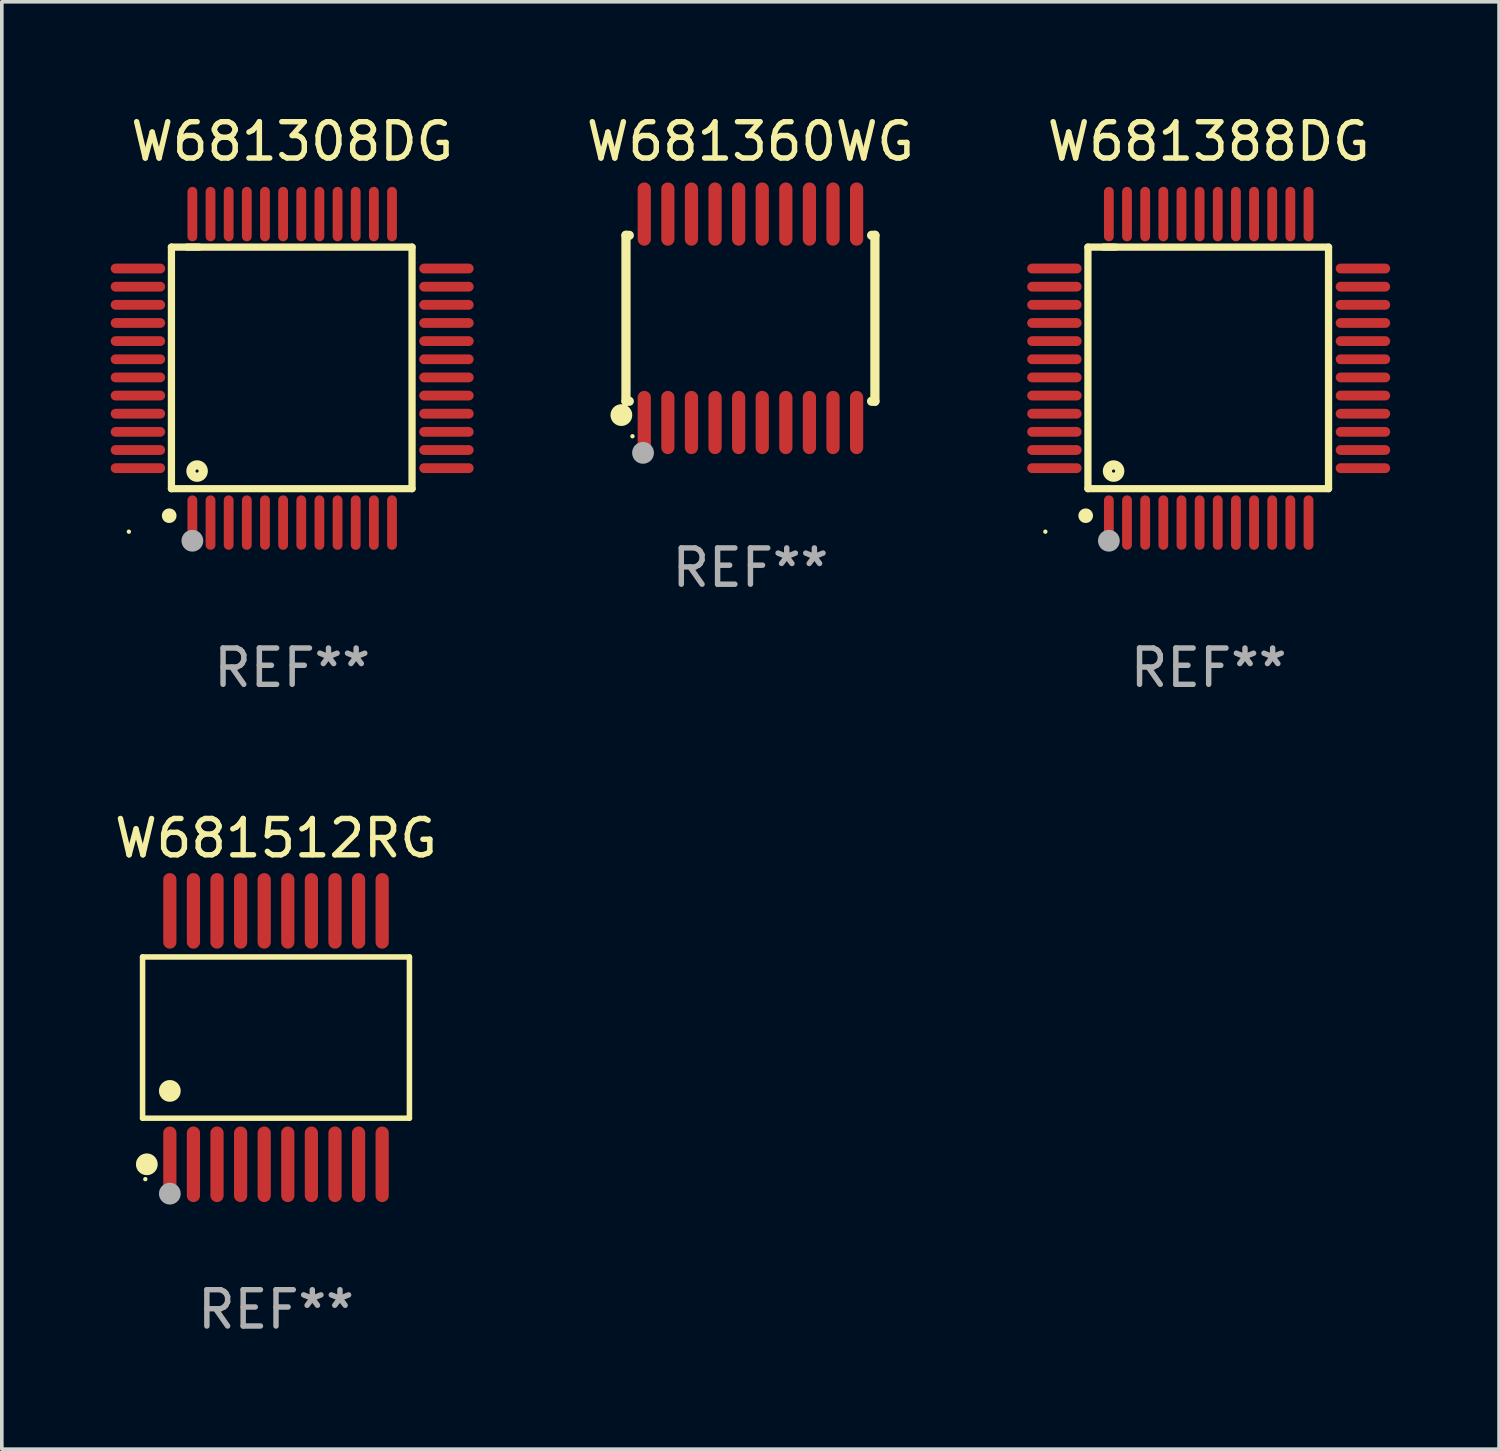
<source format=kicad_pcb>
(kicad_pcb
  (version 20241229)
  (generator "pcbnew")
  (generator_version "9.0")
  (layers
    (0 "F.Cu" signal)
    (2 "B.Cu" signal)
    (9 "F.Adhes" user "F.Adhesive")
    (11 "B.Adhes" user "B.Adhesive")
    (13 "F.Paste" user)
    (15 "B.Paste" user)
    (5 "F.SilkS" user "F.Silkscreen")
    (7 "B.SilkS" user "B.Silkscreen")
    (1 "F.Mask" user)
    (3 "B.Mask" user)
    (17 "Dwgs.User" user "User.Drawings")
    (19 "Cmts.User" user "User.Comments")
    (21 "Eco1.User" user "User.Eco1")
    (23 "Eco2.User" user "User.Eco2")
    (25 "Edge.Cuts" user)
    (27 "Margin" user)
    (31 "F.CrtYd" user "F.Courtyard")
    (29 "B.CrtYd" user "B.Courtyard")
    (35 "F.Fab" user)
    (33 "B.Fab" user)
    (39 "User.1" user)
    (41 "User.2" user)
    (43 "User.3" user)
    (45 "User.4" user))
  (footprint "W681308DG"
    (layer "F.Cu")
    (at 5 7.098)
    (property "Reference" "W681308DG" (at 0 -6.25 0) (layer "F.SilkS") (effects (font (size 1 1) (thickness 0.15))))
    (attr through_hole)
    (fp_line (start -3.327 -3.34) (end -2.565 -3.34) (stroke (width 0.2) (type solid)) (layer "F.SilkS"))
    (fp_line (start -3.327 3.315) (end -3.327 -3.34) (stroke (width 0.2) (type solid)) (layer "F.SilkS"))
    (fp_line (start -2.896 -3.34) (end 3.302 -3.34) (stroke (width 0.2) (type solid)) (layer "F.SilkS"))
    (fp_line (start 3.302 -3.34) (end 3.302 3.315) (stroke (width 0.2) (type solid)) (layer "F.SilkS"))
    (fp_line (start 3.302 3.315) (end -3.327 3.315) (stroke (width 0.2) (type solid)) (layer "F.SilkS"))
    (fp_arc (start -3.389992 4.059995) (mid -3.388722 4.059991) (end -3.387452 4.059995) (stroke (width 0.4) (type solid)) (layer "F.SilkS"))
    (fp_circle (center -4.5 4.5) (end -4.47 4.5) (stroke (width 0.06) (type solid)) (fill no) (layer "F.SilkS"))
    (fp_circle (center -2.62 2.83) (end -2.45 2.83) (stroke (width 0.254) (type solid)) (fill no) (layer "F.SilkS"))
    (fp_circle (center -2.75 4.75) (end -2.6 4.75) (stroke (width 0.3) (type solid)) (fill no) (layer "F.Fab"))
    (fp_text user "REF**" (at 0 8.25 0) (layer "F.Fab") (effects (font (size 1 1) (thickness 0.15))))
    (pad "1" smd oval (at -2.75 4.25) (size 0.27 1.5) (layers "F.Cu" "F.Mask" "F.Paste"))
    (pad "2" smd oval (at -2.25 4.25) (size 0.27 1.5) (layers "F.Cu" "F.Mask" "F.Paste"))
    (pad "3" smd oval (at -1.75 4.25) (size 0.27 1.5) (layers "F.Cu" "F.Mask" "F.Paste"))
    (pad "4" smd oval (at -1.25 4.25) (size 0.27 1.5) (layers "F.Cu" "F.Mask" "F.Paste"))
    (pad "5" smd oval (at -0.75 4.25) (size 0.27 1.5) (layers "F.Cu" "F.Mask" "F.Paste"))
    (pad "6" smd oval (at -0.25 4.25) (size 0.27 1.5) (layers "F.Cu" "F.Mask" "F.Paste"))
    (pad "7" smd oval (at 0.25 4.25) (size 0.27 1.5) (layers "F.Cu" "F.Mask" "F.Paste"))
    (pad "8" smd oval (at 0.75 4.25) (size 0.27 1.5) (layers "F.Cu" "F.Mask" "F.Paste"))
    (pad "9" smd oval (at 1.25 4.25) (size 0.27 1.5) (layers "F.Cu" "F.Mask" "F.Paste"))
    (pad "10" smd oval (at 1.75 4.25) (size 0.27 1.5) (layers "F.Cu" "F.Mask" "F.Paste"))
    (pad "11" smd oval (at 2.25 4.25) (size 0.27 1.5) (layers "F.Cu" "F.Mask" "F.Paste"))
    (pad "12" smd oval (at 2.75 4.25) (size 0.27 1.5) (layers "F.Cu" "F.Mask" "F.Paste"))
    (pad "13" smd oval (at 4.25 2.75) (size 1.5 0.27) (layers "F.Cu" "F.Mask" "F.Paste"))
    (pad "14" smd oval (at 4.25 2.25) (size 1.5 0.27) (layers "F.Cu" "F.Mask" "F.Paste"))
    (pad "15" smd oval (at 4.25 1.75) (size 1.5 0.27) (layers "F.Cu" "F.Mask" "F.Paste"))
    (pad "16" smd oval (at 4.25 1.25) (size 1.5 0.27) (layers "F.Cu" "F.Mask" "F.Paste"))
    (pad "17" smd oval (at 4.25 0.75) (size 1.5 0.27) (layers "F.Cu" "F.Mask" "F.Paste"))
    (pad "18" smd oval (at 4.25 0.25) (size 1.5 0.27) (layers "F.Cu" "F.Mask" "F.Paste"))
    (pad "19" smd oval (at 4.25 -0.25) (size 1.5 0.27) (layers "F.Cu" "F.Mask" "F.Paste"))
    (pad "20" smd oval (at 4.25 -0.75) (size 1.5 0.27) (layers "F.Cu" "F.Mask" "F.Paste"))
    (pad "21" smd oval (at 4.25 -1.25) (size 1.5 0.27) (layers "F.Cu" "F.Mask" "F.Paste"))
    (pad "22" smd oval (at 4.25 -1.75) (size 1.5 0.27) (layers "F.Cu" "F.Mask" "F.Paste"))
    (pad "23" smd oval (at 4.25 -2.25) (size 1.5 0.27) (layers "F.Cu" "F.Mask" "F.Paste"))
    (pad "24" smd oval (at 4.25 -2.75) (size 1.5 0.27) (layers "F.Cu" "F.Mask" "F.Paste"))
    (pad "25" smd oval (at 2.75 -4.25) (size 0.27 1.5) (layers "F.Cu" "F.Mask" "F.Paste"))
    (pad "26" smd oval (at 2.25 -4.25) (size 0.27 1.5) (layers "F.Cu" "F.Mask" "F.Paste"))
    (pad "27" smd oval (at 1.75 -4.25) (size 0.27 1.5) (layers "F.Cu" "F.Mask" "F.Paste"))
    (pad "28" smd oval (at 1.25 -4.25) (size 0.27 1.5) (layers "F.Cu" "F.Mask" "F.Paste"))
    (pad "29" smd oval (at 0.75 -4.25) (size 0.27 1.5) (layers "F.Cu" "F.Mask" "F.Paste"))
    (pad "30" smd oval (at 0.25 -4.25) (size 0.27 1.5) (layers "F.Cu" "F.Mask" "F.Paste"))
    (pad "31" smd oval (at -0.25 -4.25) (size 0.27 1.5) (layers "F.Cu" "F.Mask" "F.Paste"))
    (pad "32" smd oval (at -0.75 -4.25) (size 0.27 1.5) (layers "F.Cu" "F.Mask" "F.Paste"))
    (pad "33" smd oval (at -1.25 -4.25) (size 0.27 1.5) (layers "F.Cu" "F.Mask" "F.Paste"))
    (pad "34" smd oval (at -1.75 -4.25) (size 0.27 1.5) (layers "F.Cu" "F.Mask" "F.Paste"))
    (pad "35" smd oval (at -2.25 -4.25) (size 0.27 1.5) (layers "F.Cu" "F.Mask" "F.Paste"))
    (pad "36" smd oval (at -2.75 -4.25) (size 0.27 1.5) (layers "F.Cu" "F.Mask" "F.Paste"))
    (pad "37" smd oval (at -4.25 -2.75) (size 1.5 0.27) (layers "F.Cu" "F.Mask" "F.Paste"))
    (pad "38" smd oval (at -4.25 -2.25) (size 1.5 0.27) (layers "F.Cu" "F.Mask" "F.Paste"))
    (pad "39" smd oval (at -4.25 -1.75) (size 1.5 0.27) (layers "F.Cu" "F.Mask" "F.Paste"))
    (pad "40" smd oval (at -4.25 -1.25) (size 1.5 0.27) (layers "F.Cu" "F.Mask" "F.Paste"))
    (pad "41" smd oval (at -4.25 -0.75) (size 1.5 0.27) (layers "F.Cu" "F.Mask" "F.Paste"))
    (pad "42" smd oval (at -4.25 -0.25) (size 1.5 0.27) (layers "F.Cu" "F.Mask" "F.Paste"))
    (pad "43" smd oval (at -4.25 0.25) (size 1.5 0.27) (layers "F.Cu" "F.Mask" "F.Paste"))
    (pad "44" smd oval (at -4.25 0.75) (size 1.5 0.27) (layers "F.Cu" "F.Mask" "F.Paste"))
    (pad "45" smd oval (at -4.25 1.25) (size 1.5 0.27) (layers "F.Cu" "F.Mask" "F.Paste"))
    (pad "46" smd oval (at -4.25 1.75) (size 1.5 0.27) (layers "F.Cu" "F.Mask" "F.Paste"))
    (pad "47" smd oval (at -4.25 2.25) (size 1.5 0.27) (layers "F.Cu" "F.Mask" "F.Paste"))
    (pad "48" smd oval (at -4.25 2.75) (size 1.5 0.27) (layers "F.Cu" "F.Mask" "F.Paste")))
  (footprint "W681360WG"
    (layer "F.Cu")
    (at 17.625 5.719)
    (property "Reference" "W681360WG" (at 0 -4.871 0) (layer "F.SilkS") (effects (font (size 1 1) (thickness 0.15))))
    (attr through_hole)
    (fp_line (start -3.429 -2.286) (end -3.429 2.286) (stroke (width 0.254) (type solid)) (layer "F.SilkS"))
    (fp_line (start -3.429 2.286) (end -3.338 2.286) (stroke (width 0.254) (type solid)) (layer "F.SilkS"))
    (fp_line (start -3.338 -2.286) (end -3.429 -2.286) (stroke (width 0.254) (type solid)) (layer "F.SilkS"))
    (fp_line (start 3.338 -2.286) (end 3.429 -2.286) (stroke (width 0.254) (type solid)) (layer "F.SilkS"))
    (fp_line (start 3.429 -2.286) (end 3.429 2.286) (stroke (width 0.254) (type solid)) (layer "F.SilkS"))
    (fp_line (start 3.429 2.286) (end 3.338 2.286) (stroke (width 0.254) (type solid)) (layer "F.SilkS"))
    (fp_circle (center -3.556 2.667) (end -3.406 2.667) (stroke (width 0.3) (type solid)) (fill no) (layer "F.SilkS"))
    (fp_circle (center -3.25 3.25) (end -3.22 3.25) (stroke (width 0.06) (type solid)) (fill no) (layer "F.SilkS"))
    (fp_circle (center -2.959 3.707) (end -2.808 3.707) (stroke (width 0.3) (type solid)) (fill no) (layer "F.Fab"))
    (fp_text user "REF**" (at 0 6.871 0) (layer "F.Fab") (effects (font (size 1 1) (thickness 0.15))))
    (pad "1" smd oval (at -2.925 2.871) (size 0.364 1.742) (layers "F.Cu" "F.Mask" "F.Paste"))
    (pad "2" smd oval (at -2.275 2.871) (size 0.364 1.742) (layers "F.Cu" "F.Mask" "F.Paste"))
    (pad "3" smd oval (at -1.625 2.871) (size 0.364 1.742) (layers "F.Cu" "F.Mask" "F.Paste"))
    (pad "4" smd oval (at -0.975 2.871) (size 0.364 1.742) (layers "F.Cu" "F.Mask" "F.Paste"))
    (pad "5" smd oval (at -0.325 2.871) (size 0.364 1.742) (layers "F.Cu" "F.Mask" "F.Paste"))
    (pad "6" smd oval (at 0.325 2.871) (size 0.364 1.742) (layers "F.Cu" "F.Mask" "F.Paste"))
    (pad "7" smd oval (at 0.975 2.871) (size 0.364 1.742) (layers "F.Cu" "F.Mask" "F.Paste"))
    (pad "8" smd oval (at 1.625 2.871) (size 0.364 1.742) (layers "F.Cu" "F.Mask" "F.Paste"))
    (pad "9" smd oval (at 2.275 2.871) (size 0.364 1.742) (layers "F.Cu" "F.Mask" "F.Paste"))
    (pad "10" smd oval (at 2.925 2.871) (size 0.364 1.742) (layers "F.Cu" "F.Mask" "F.Paste"))
    (pad "11" smd oval (at 2.925 -2.871) (size 0.364 1.742) (layers "F.Cu" "F.Mask" "F.Paste"))
    (pad "12" smd oval (at 2.275 -2.871) (size 0.364 1.742) (layers "F.Cu" "F.Mask" "F.Paste"))
    (pad "13" smd oval (at 1.625 -2.871) (size 0.364 1.742) (layers "F.Cu" "F.Mask" "F.Paste"))
    (pad "14" smd oval (at 0.975 -2.871) (size 0.364 1.742) (layers "F.Cu" "F.Mask" "F.Paste"))
    (pad "15" smd oval (at 0.325 -2.871) (size 0.364 1.742) (layers "F.Cu" "F.Mask" "F.Paste"))
    (pad "16" smd oval (at -0.325 -2.871) (size 0.364 1.742) (layers "F.Cu" "F.Mask" "F.Paste"))
    (pad "17" smd oval (at -0.975 -2.871) (size 0.364 1.742) (layers "F.Cu" "F.Mask" "F.Paste"))
    (pad "18" smd oval (at -1.625 -2.871) (size 0.364 1.742) (layers "F.Cu" "F.Mask" "F.Paste"))
    (pad "19" smd oval (at -2.275 -2.871) (size 0.364 1.742) (layers "F.Cu" "F.Mask" "F.Paste"))
    (pad "20" smd oval (at -2.925 -2.871) (size 0.364 1.742) (layers "F.Cu" "F.Mask" "F.Paste")))
  (footprint "W681512RG"
    (layer "F.Cu")
    (at 4.554 25.536)
    (property "Reference" "W681512RG" (at 0 -5.491 0) (layer "F.SilkS") (effects (font (size 1 1) (thickness 0.15))))
    (attr through_hole)
    (fp_line (start -3.676 -2.221) (end 3.676 -2.221) (stroke (width 0.152) (type solid)) (layer "F.SilkS"))
    (fp_line (start -3.676 2.221) (end -3.676 -2.221) (stroke (width 0.152) (type solid)) (layer "F.SilkS"))
    (fp_line (start 3.676 -2.221) (end 3.676 2.221) (stroke (width 0.152) (type solid)) (layer "F.SilkS"))
    (fp_line (start 3.676 2.221) (end -3.676 2.221) (stroke (width 0.152) (type solid)) (layer "F.SilkS"))
    (fp_circle (center -3.6 3.9) (end -3.57 3.9) (stroke (width 0.06) (type solid)) (fill no) (layer "F.SilkS"))
    (fp_circle (center -3.559 3.491) (end -3.409 3.491) (stroke (width 0.3) (type solid)) (fill no) (layer "F.SilkS"))
    (fp_circle (center -2.925 1.469) (end -2.775 1.469) (stroke (width 0.3) (type solid)) (fill no) (layer "F.SilkS"))
    (fp_circle (center -2.925 4.3) (end -2.775 4.3) (stroke (width 0.3) (type solid)) (fill no) (layer "F.Fab"))
    (fp_text user "REF**" (at 0 7.491 0) (layer "F.Fab") (effects (font (size 1 1) (thickness 0.15))))
    (pad "1" smd oval (at -2.925 3.491) (size 0.364 2.082) (layers "F.Cu" "F.Mask" "F.Paste"))
    (pad "2" smd oval (at -2.275 3.491) (size 0.364 2.082) (layers "F.Cu" "F.Mask" "F.Paste"))
    (pad "3" smd oval (at -1.625 3.491) (size 0.364 2.082) (layers "F.Cu" "F.Mask" "F.Paste"))
    (pad "4" smd oval (at -0.975 3.491) (size 0.364 2.082) (layers "F.Cu" "F.Mask" "F.Paste"))
    (pad "5" smd oval (at -0.325 3.491) (size 0.364 2.082) (layers "F.Cu" "F.Mask" "F.Paste"))
    (pad "6" smd oval (at 0.325 3.491) (size 0.364 2.082) (layers "F.Cu" "F.Mask" "F.Paste"))
    (pad "7" smd oval (at 0.975 3.491) (size 0.364 2.082) (layers "F.Cu" "F.Mask" "F.Paste"))
    (pad "8" smd oval (at 1.625 3.491) (size 0.364 2.082) (layers "F.Cu" "F.Mask" "F.Paste"))
    (pad "9" smd oval (at 2.275 3.491) (size 0.364 2.082) (layers "F.Cu" "F.Mask" "F.Paste"))
    (pad "10" smd oval (at 2.925 3.491) (size 0.364 2.082) (layers "F.Cu" "F.Mask" "F.Paste"))
    (pad "11" smd oval (at 2.925 -3.491) (size 0.364 2.082) (layers "F.Cu" "F.Mask" "F.Paste"))
    (pad "12" smd oval (at 2.275 -3.491) (size 0.364 2.082) (layers "F.Cu" "F.Mask" "F.Paste"))
    (pad "13" smd oval (at 1.625 -3.491) (size 0.364 2.082) (layers "F.Cu" "F.Mask" "F.Paste"))
    (pad "14" smd oval (at 0.975 -3.491) (size 0.364 2.082) (layers "F.Cu" "F.Mask" "F.Paste"))
    (pad "15" smd oval (at 0.325 -3.491) (size 0.364 2.082) (layers "F.Cu" "F.Mask" "F.Paste"))
    (pad "16" smd oval (at -0.325 -3.491) (size 0.364 2.082) (layers "F.Cu" "F.Mask" "F.Paste"))
    (pad "17" smd oval (at -0.975 -3.491) (size 0.364 2.082) (layers "F.Cu" "F.Mask" "F.Paste"))
    (pad "18" smd oval (at -1.625 -3.491) (size 0.364 2.082) (layers "F.Cu" "F.Mask" "F.Paste"))
    (pad "19" smd oval (at -2.275 -3.491) (size 0.364 2.082) (layers "F.Cu" "F.Mask" "F.Paste"))
    (pad "20" smd oval (at -2.925 -3.491) (size 0.364 2.082) (layers "F.Cu" "F.Mask" "F.Paste")))
  (footprint "W681388DG"
    (layer "F.Cu")
    (at 30.25 7.098)
    (property "Reference" "W681388DG" (at 0 -6.25 0) (layer "F.SilkS") (effects (font (size 1 1) (thickness 0.15))))
    (attr through_hole)
    (fp_line (start -3.327 -3.34) (end -2.565 -3.34) (stroke (width 0.2) (type solid)) (layer "F.SilkS"))
    (fp_line (start -3.327 3.315) (end -3.327 -3.34) (stroke (width 0.2) (type solid)) (layer "F.SilkS"))
    (fp_line (start -2.896 -3.34) (end 3.302 -3.34) (stroke (width 0.2) (type solid)) (layer "F.SilkS"))
    (fp_line (start 3.302 -3.34) (end 3.302 3.315) (stroke (width 0.2) (type solid)) (layer "F.SilkS"))
    (fp_line (start 3.302 3.315) (end -3.327 3.315) (stroke (width 0.2) (type solid)) (layer "F.SilkS"))
    (fp_arc (start -3.389992 4.059995) (mid -3.388722 4.059991) (end -3.387452 4.059995) (stroke (width 0.4) (type solid)) (layer "F.SilkS"))
    (fp_circle (center -4.5 4.5) (end -4.47 4.5) (stroke (width 0.06) (type solid)) (fill no) (layer "F.SilkS"))
    (fp_circle (center -2.62 2.83) (end -2.45 2.83) (stroke (width 0.254) (type solid)) (fill no) (layer "F.SilkS"))
    (fp_circle (center -2.75 4.75) (end -2.6 4.75) (stroke (width 0.3) (type solid)) (fill no) (layer "F.Fab"))
    (fp_text user "REF**" (at 0 8.25 0) (layer "F.Fab") (effects (font (size 1 1) (thickness 0.15))))
    (pad "1" smd oval (at -2.75 4.25) (size 0.27 1.5) (layers "F.Cu" "F.Mask" "F.Paste"))
    (pad "2" smd oval (at -2.25 4.25) (size 0.27 1.5) (layers "F.Cu" "F.Mask" "F.Paste"))
    (pad "3" smd oval (at -1.75 4.25) (size 0.27 1.5) (layers "F.Cu" "F.Mask" "F.Paste"))
    (pad "4" smd oval (at -1.25 4.25) (size 0.27 1.5) (layers "F.Cu" "F.Mask" "F.Paste"))
    (pad "5" smd oval (at -0.75 4.25) (size 0.27 1.5) (layers "F.Cu" "F.Mask" "F.Paste"))
    (pad "6" smd oval (at -0.25 4.25) (size 0.27 1.5) (layers "F.Cu" "F.Mask" "F.Paste"))
    (pad "7" smd oval (at 0.25 4.25) (size 0.27 1.5) (layers "F.Cu" "F.Mask" "F.Paste"))
    (pad "8" smd oval (at 0.75 4.25) (size 0.27 1.5) (layers "F.Cu" "F.Mask" "F.Paste"))
    (pad "9" smd oval (at 1.25 4.25) (size 0.27 1.5) (layers "F.Cu" "F.Mask" "F.Paste"))
    (pad "10" smd oval (at 1.75 4.25) (size 0.27 1.5) (layers "F.Cu" "F.Mask" "F.Paste"))
    (pad "11" smd oval (at 2.25 4.25) (size 0.27 1.5) (layers "F.Cu" "F.Mask" "F.Paste"))
    (pad "12" smd oval (at 2.75 4.25) (size 0.27 1.5) (layers "F.Cu" "F.Mask" "F.Paste"))
    (pad "13" smd oval (at 4.25 2.75) (size 1.5 0.27) (layers "F.Cu" "F.Mask" "F.Paste"))
    (pad "14" smd oval (at 4.25 2.25) (size 1.5 0.27) (layers "F.Cu" "F.Mask" "F.Paste"))
    (pad "15" smd oval (at 4.25 1.75) (size 1.5 0.27) (layers "F.Cu" "F.Mask" "F.Paste"))
    (pad "16" smd oval (at 4.25 1.25) (size 1.5 0.27) (layers "F.Cu" "F.Mask" "F.Paste"))
    (pad "17" smd oval (at 4.25 0.75) (size 1.5 0.27) (layers "F.Cu" "F.Mask" "F.Paste"))
    (pad "18" smd oval (at 4.25 0.25) (size 1.5 0.27) (layers "F.Cu" "F.Mask" "F.Paste"))
    (pad "19" smd oval (at 4.25 -0.25) (size 1.5 0.27) (layers "F.Cu" "F.Mask" "F.Paste"))
    (pad "20" smd oval (at 4.25 -0.75) (size 1.5 0.27) (layers "F.Cu" "F.Mask" "F.Paste"))
    (pad "21" smd oval (at 4.25 -1.25) (size 1.5 0.27) (layers "F.Cu" "F.Mask" "F.Paste"))
    (pad "22" smd oval (at 4.25 -1.75) (size 1.5 0.27) (layers "F.Cu" "F.Mask" "F.Paste"))
    (pad "23" smd oval (at 4.25 -2.25) (size 1.5 0.27) (layers "F.Cu" "F.Mask" "F.Paste"))
    (pad "24" smd oval (at 4.25 -2.75) (size 1.5 0.27) (layers "F.Cu" "F.Mask" "F.Paste"))
    (pad "25" smd oval (at 2.75 -4.25) (size 0.27 1.5) (layers "F.Cu" "F.Mask" "F.Paste"))
    (pad "26" smd oval (at 2.25 -4.25) (size 0.27 1.5) (layers "F.Cu" "F.Mask" "F.Paste"))
    (pad "27" smd oval (at 1.75 -4.25) (size 0.27 1.5) (layers "F.Cu" "F.Mask" "F.Paste"))
    (pad "28" smd oval (at 1.25 -4.25) (size 0.27 1.5) (layers "F.Cu" "F.Mask" "F.Paste"))
    (pad "29" smd oval (at 0.75 -4.25) (size 0.27 1.5) (layers "F.Cu" "F.Mask" "F.Paste"))
    (pad "30" smd oval (at 0.25 -4.25) (size 0.27 1.5) (layers "F.Cu" "F.Mask" "F.Paste"))
    (pad "31" smd oval (at -0.25 -4.25) (size 0.27 1.5) (layers "F.Cu" "F.Mask" "F.Paste"))
    (pad "32" smd oval (at -0.75 -4.25) (size 0.27 1.5) (layers "F.Cu" "F.Mask" "F.Paste"))
    (pad "33" smd oval (at -1.25 -4.25) (size 0.27 1.5) (layers "F.Cu" "F.Mask" "F.Paste"))
    (pad "34" smd oval (at -1.75 -4.25) (size 0.27 1.5) (layers "F.Cu" "F.Mask" "F.Paste"))
    (pad "35" smd oval (at -2.25 -4.25) (size 0.27 1.5) (layers "F.Cu" "F.Mask" "F.Paste"))
    (pad "36" smd oval (at -2.75 -4.25) (size 0.27 1.5) (layers "F.Cu" "F.Mask" "F.Paste"))
    (pad "37" smd oval (at -4.25 -2.75) (size 1.5 0.27) (layers "F.Cu" "F.Mask" "F.Paste"))
    (pad "38" smd oval (at -4.25 -2.25) (size 1.5 0.27) (layers "F.Cu" "F.Mask" "F.Paste"))
    (pad "39" smd oval (at -4.25 -1.75) (size 1.5 0.27) (layers "F.Cu" "F.Mask" "F.Paste"))
    (pad "40" smd oval (at -4.25 -1.25) (size 1.5 0.27) (layers "F.Cu" "F.Mask" "F.Paste"))
    (pad "41" smd oval (at -4.25 -0.75) (size 1.5 0.27) (layers "F.Cu" "F.Mask" "F.Paste"))
    (pad "42" smd oval (at -4.25 -0.25) (size 1.5 0.27) (layers "F.Cu" "F.Mask" "F.Paste"))
    (pad "43" smd oval (at -4.25 0.25) (size 1.5 0.27) (layers "F.Cu" "F.Mask" "F.Paste"))
    (pad "44" smd oval (at -4.25 0.75) (size 1.5 0.27) (layers "F.Cu" "F.Mask" "F.Paste"))
    (pad "45" smd oval (at -4.25 1.25) (size 1.5 0.27) (layers "F.Cu" "F.Mask" "F.Paste"))
    (pad "46" smd oval (at -4.25 1.75) (size 1.5 0.27) (layers "F.Cu" "F.Mask" "F.Paste"))
    (pad "47" smd oval (at -4.25 2.25) (size 1.5 0.27) (layers "F.Cu" "F.Mask" "F.Paste"))
    (pad "48" smd oval (at -4.25 2.75) (size 1.5 0.27) (layers "F.Cu" "F.Mask" "F.Paste")))
  (gr_rect
    (start -3 -3)
    (end 38.25 36.875)
    (stroke (width 0.1) (type default))
    (fill no)
    (layer "Edge.Cuts")))
</source>
